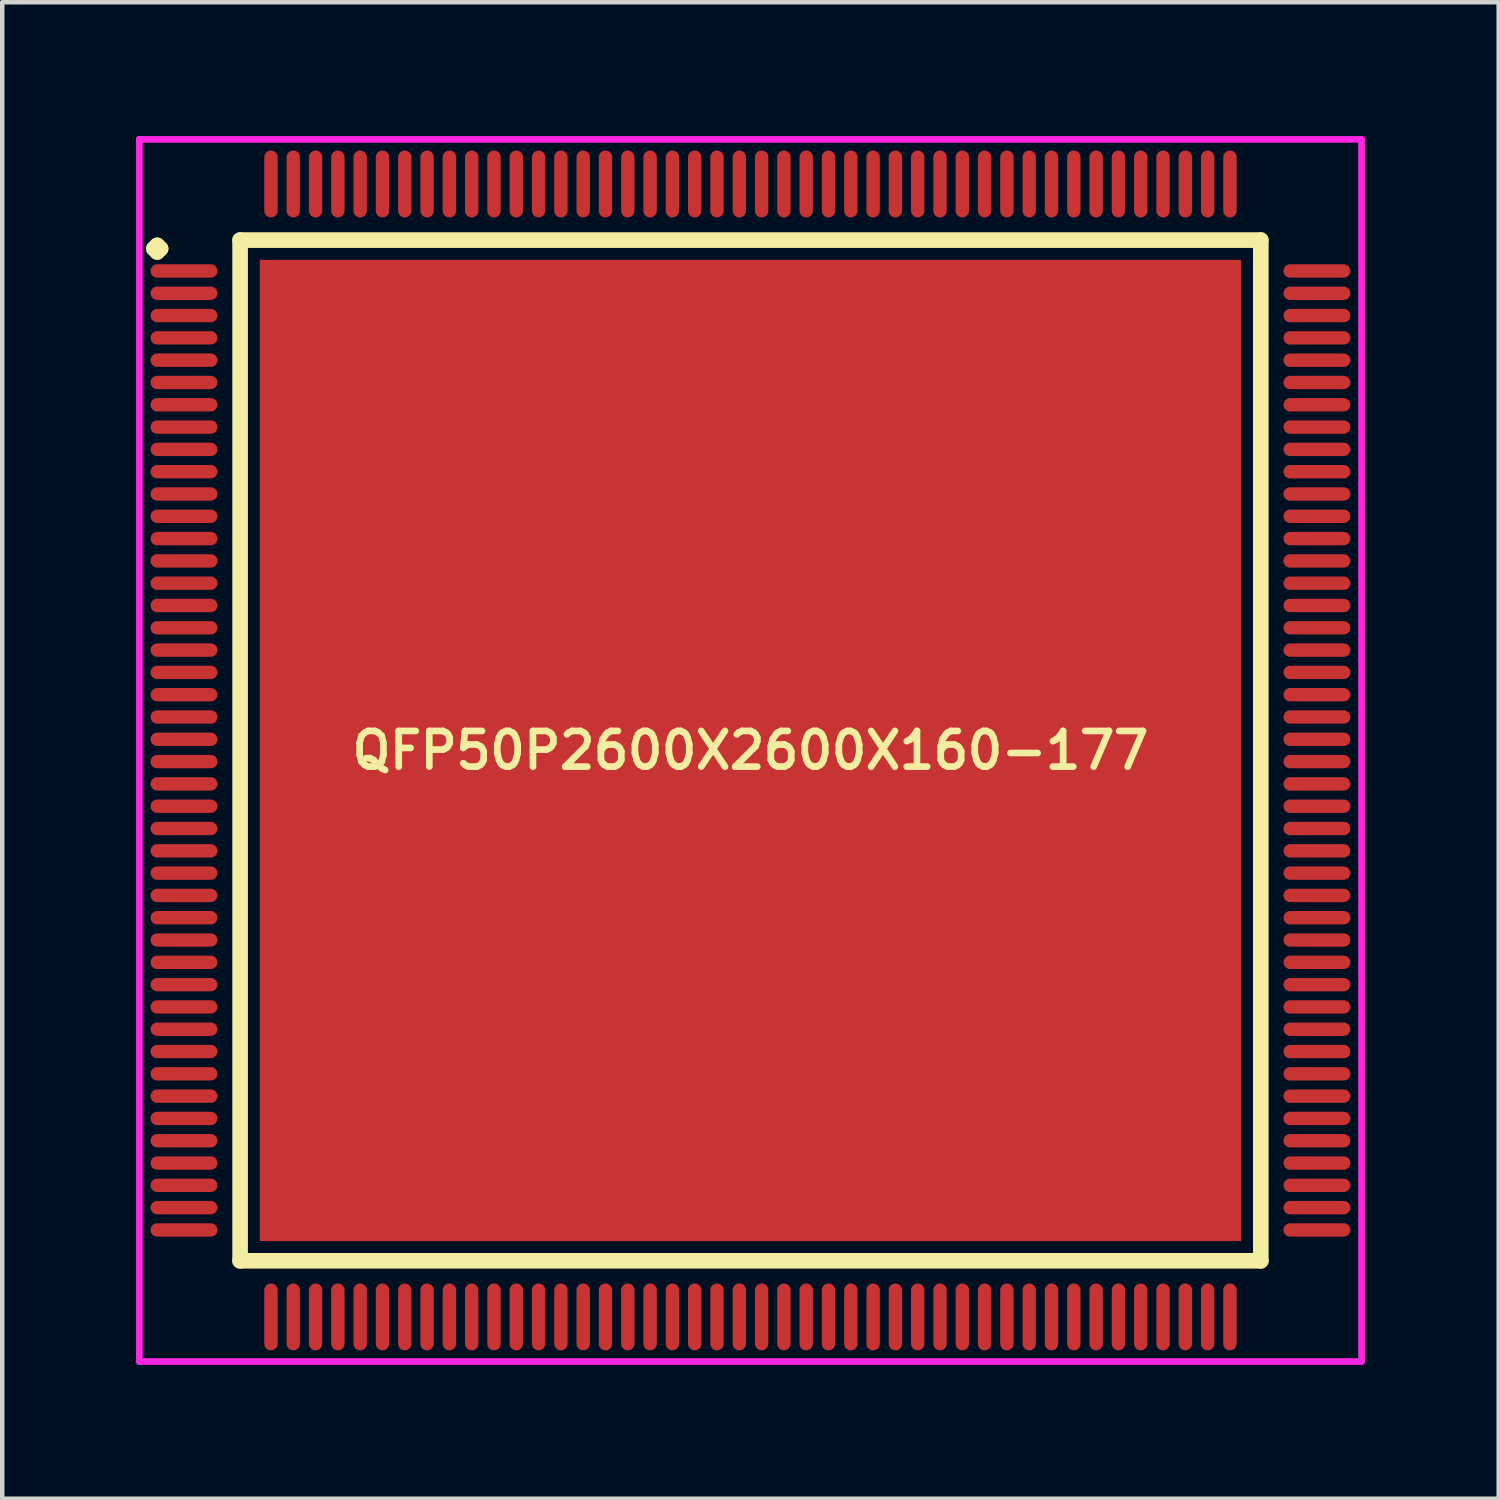
<source format=kicad_pcb>
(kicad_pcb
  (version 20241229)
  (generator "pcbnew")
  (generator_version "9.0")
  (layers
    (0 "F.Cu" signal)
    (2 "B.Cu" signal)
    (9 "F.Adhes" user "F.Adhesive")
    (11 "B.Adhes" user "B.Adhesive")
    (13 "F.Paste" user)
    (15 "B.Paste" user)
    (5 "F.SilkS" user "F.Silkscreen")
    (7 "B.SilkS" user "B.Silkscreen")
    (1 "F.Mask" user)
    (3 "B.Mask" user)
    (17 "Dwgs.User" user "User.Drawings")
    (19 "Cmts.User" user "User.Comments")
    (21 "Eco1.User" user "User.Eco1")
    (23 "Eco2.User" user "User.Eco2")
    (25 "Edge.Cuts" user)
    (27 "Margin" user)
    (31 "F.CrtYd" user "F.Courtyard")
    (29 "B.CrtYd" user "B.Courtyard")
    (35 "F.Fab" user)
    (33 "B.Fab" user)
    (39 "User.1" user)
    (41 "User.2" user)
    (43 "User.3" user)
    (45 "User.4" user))
  (footprint "QFP50P2600X2600X160-177"
    (layer "F.Cu")
    (at 13.775 13.775)
    (property "Reference" "QFP50P2600X2600X160-177" (at 0 0 0) (layer "F.SilkS") (effects (font (size 0.8 0.8) (thickness 0.15))))
    (attr smd)
    (fp_line (start -13.375 -11.25) (end -13.3 -11.325) (stroke (width 0.35) (type solid)) (layer "F.SilkS"))
    (fp_line (start -13.3 -11.325) (end -13.225 -11.25) (stroke (width 0.35) (type solid)) (layer "F.SilkS"))
    (fp_line (start -13.3 -11.175) (end -13.375 -11.25) (stroke (width 0.35) (type solid)) (layer "F.SilkS"))
    (fp_line (start -13.225 -11.25) (end -13.3 -11.175) (stroke (width 0.35) (type solid)) (layer "F.SilkS"))
    (fp_line (start -11.442 -11.442) (end -11.442 11.442) (stroke (width 0.35) (type solid)) (layer "F.SilkS"))
    (fp_line (start -11.442 11.442) (end 11.442 11.442) (stroke (width 0.35) (type solid)) (layer "F.SilkS"))
    (fp_line (start 11.442 -11.442) (end -11.442 -11.442) (stroke (width 0.35) (type solid)) (layer "F.SilkS"))
    (fp_line (start 11.442 11.442) (end 11.442 -11.442) (stroke (width 0.35) (type solid)) (layer "F.SilkS"))
    (fp_line (start -13.7 -13.7) (end 13.7 -13.7) (stroke (width 0.15) (type solid)) (layer "F.CrtYd"))
    (fp_line (start -13.7 13.7) (end -13.7 -13.7) (stroke (width 0.15) (type solid)) (layer "F.CrtYd"))
    (fp_line (start 13.7 -13.7) (end 13.7 13.7) (stroke (width 0.15) (type solid)) (layer "F.CrtYd"))
    (fp_line (start 13.7 13.7) (end -13.7 13.7) (stroke (width 0.15) (type solid)) (layer "F.CrtYd"))
    (pad "1" smd oval (at -12.7 -10.75) (size 1.5 0.3) (layers "F.Cu" "F.Mask" "F.Paste"))
    (pad "2" smd oval (at -12.7 -10.25) (size 1.5 0.3) (layers "F.Cu" "F.Mask" "F.Paste"))
    (pad "3" smd oval (at -12.7 -9.75) (size 1.5 0.3) (layers "F.Cu" "F.Mask" "F.Paste"))
    (pad "4" smd oval (at -12.7 -9.25) (size 1.5 0.3) (layers "F.Cu" "F.Mask" "F.Paste"))
    (pad "5" smd oval (at -12.7 -8.75) (size 1.5 0.3) (layers "F.Cu" "F.Mask" "F.Paste"))
    (pad "6" smd oval (at -12.7 -8.25) (size 1.5 0.3) (layers "F.Cu" "F.Mask" "F.Paste"))
    (pad "7" smd oval (at -12.7 -7.75) (size 1.5 0.3) (layers "F.Cu" "F.Mask" "F.Paste"))
    (pad "8" smd oval (at -12.7 -7.25) (size 1.5 0.3) (layers "F.Cu" "F.Mask" "F.Paste"))
    (pad "9" smd oval (at -12.7 -6.75) (size 1.5 0.3) (layers "F.Cu" "F.Mask" "F.Paste"))
    (pad "10" smd oval (at -12.7 -6.25) (size 1.5 0.3) (layers "F.Cu" "F.Mask" "F.Paste"))
    (pad "11" smd oval (at -12.7 -5.75) (size 1.5 0.3) (layers "F.Cu" "F.Mask" "F.Paste"))
    (pad "12" smd oval (at -12.7 -5.25) (size 1.5 0.3) (layers "F.Cu" "F.Mask" "F.Paste"))
    (pad "13" smd oval (at -12.7 -4.75) (size 1.5 0.3) (layers "F.Cu" "F.Mask" "F.Paste"))
    (pad "14" smd oval (at -12.7 -4.25) (size 1.5 0.3) (layers "F.Cu" "F.Mask" "F.Paste"))
    (pad "15" smd oval (at -12.7 -3.75) (size 1.5 0.3) (layers "F.Cu" "F.Mask" "F.Paste"))
    (pad "16" smd oval (at -12.7 -3.25) (size 1.5 0.3) (layers "F.Cu" "F.Mask" "F.Paste"))
    (pad "17" smd oval (at -12.7 -2.75) (size 1.5 0.3) (layers "F.Cu" "F.Mask" "F.Paste"))
    (pad "18" smd oval (at -12.7 -2.25) (size 1.5 0.3) (layers "F.Cu" "F.Mask" "F.Paste"))
    (pad "19" smd oval (at -12.7 -1.75) (size 1.5 0.3) (layers "F.Cu" "F.Mask" "F.Paste"))
    (pad "20" smd oval (at -12.7 -1.25) (size 1.5 0.3) (layers "F.Cu" "F.Mask" "F.Paste"))
    (pad "21" smd oval (at -12.7 -0.75) (size 1.5 0.3) (layers "F.Cu" "F.Mask" "F.Paste"))
    (pad "22" smd oval (at -12.7 -0.25) (size 1.5 0.3) (layers "F.Cu" "F.Mask" "F.Paste"))
    (pad "23" smd oval (at -12.7 0.25) (size 1.5 0.3) (layers "F.Cu" "F.Mask" "F.Paste"))
    (pad "24" smd oval (at -12.7 0.75) (size 1.5 0.3) (layers "F.Cu" "F.Mask" "F.Paste"))
    (pad "25" smd oval (at -12.7 1.25) (size 1.5 0.3) (layers "F.Cu" "F.Mask" "F.Paste"))
    (pad "26" smd oval (at -12.7 1.75) (size 1.5 0.3) (layers "F.Cu" "F.Mask" "F.Paste"))
    (pad "27" smd oval (at -12.7 2.25) (size 1.5 0.3) (layers "F.Cu" "F.Mask" "F.Paste"))
    (pad "28" smd oval (at -12.7 2.75) (size 1.5 0.3) (layers "F.Cu" "F.Mask" "F.Paste"))
    (pad "29" smd oval (at -12.7 3.25) (size 1.5 0.3) (layers "F.Cu" "F.Mask" "F.Paste"))
    (pad "30" smd oval (at -12.7 3.75) (size 1.5 0.3) (layers "F.Cu" "F.Mask" "F.Paste"))
    (pad "31" smd oval (at -12.7 4.25) (size 1.5 0.3) (layers "F.Cu" "F.Mask" "F.Paste"))
    (pad "32" smd oval (at -12.7 4.75) (size 1.5 0.3) (layers "F.Cu" "F.Mask" "F.Paste"))
    (pad "33" smd oval (at -12.7 5.25) (size 1.5 0.3) (layers "F.Cu" "F.Mask" "F.Paste"))
    (pad "34" smd oval (at -12.7 5.75) (size 1.5 0.3) (layers "F.Cu" "F.Mask" "F.Paste"))
    (pad "35" smd oval (at -12.7 6.25) (size 1.5 0.3) (layers "F.Cu" "F.Mask" "F.Paste"))
    (pad "36" smd oval (at -12.7 6.75) (size 1.5 0.3) (layers "F.Cu" "F.Mask" "F.Paste"))
    (pad "37" smd oval (at -12.7 7.25) (size 1.5 0.3) (layers "F.Cu" "F.Mask" "F.Paste"))
    (pad "38" smd oval (at -12.7 7.75) (size 1.5 0.3) (layers "F.Cu" "F.Mask" "F.Paste"))
    (pad "39" smd oval (at -12.7 8.25) (size 1.5 0.3) (layers "F.Cu" "F.Mask" "F.Paste"))
    (pad "40" smd oval (at -12.7 8.75) (size 1.5 0.3) (layers "F.Cu" "F.Mask" "F.Paste"))
    (pad "41" smd oval (at -12.7 9.25) (size 1.5 0.3) (layers "F.Cu" "F.Mask" "F.Paste"))
    (pad "42" smd oval (at -12.7 9.75) (size 1.5 0.3) (layers "F.Cu" "F.Mask" "F.Paste"))
    (pad "43" smd oval (at -12.7 10.25) (size 1.5 0.3) (layers "F.Cu" "F.Mask" "F.Paste"))
    (pad "44" smd oval (at -12.7 10.75) (size 1.5 0.3) (layers "F.Cu" "F.Mask" "F.Paste"))
    (pad "45" smd oval (at -10.75 12.7) (size 0.3 1.5) (layers "F.Cu" "F.Mask" "F.Paste"))
    (pad "46" smd oval (at -10.25 12.7) (size 0.3 1.5) (layers "F.Cu" "F.Mask" "F.Paste"))
    (pad "47" smd oval (at -9.75 12.7) (size 0.3 1.5) (layers "F.Cu" "F.Mask" "F.Paste"))
    (pad "48" smd oval (at -9.25 12.7) (size 0.3 1.5) (layers "F.Cu" "F.Mask" "F.Paste"))
    (pad "49" smd oval (at -8.75 12.7) (size 0.3 1.5) (layers "F.Cu" "F.Mask" "F.Paste"))
    (pad "50" smd oval (at -8.25 12.7) (size 0.3 1.5) (layers "F.Cu" "F.Mask" "F.Paste"))
    (pad "51" smd oval (at -7.75 12.7) (size 0.3 1.5) (layers "F.Cu" "F.Mask" "F.Paste"))
    (pad "52" smd oval (at -7.25 12.7) (size 0.3 1.5) (layers "F.Cu" "F.Mask" "F.Paste"))
    (pad "53" smd oval (at -6.75 12.7) (size 0.3 1.5) (layers "F.Cu" "F.Mask" "F.Paste"))
    (pad "54" smd oval (at -6.25 12.7) (size 0.3 1.5) (layers "F.Cu" "F.Mask" "F.Paste"))
    (pad "55" smd oval (at -5.75 12.7) (size 0.3 1.5) (layers "F.Cu" "F.Mask" "F.Paste"))
    (pad "56" smd oval (at -5.25 12.7) (size 0.3 1.5) (layers "F.Cu" "F.Mask" "F.Paste"))
    (pad "57" smd oval (at -4.75 12.7) (size 0.3 1.5) (layers "F.Cu" "F.Mask" "F.Paste"))
    (pad "58" smd oval (at -4.25 12.7) (size 0.3 1.5) (layers "F.Cu" "F.Mask" "F.Paste"))
    (pad "59" smd oval (at -3.75 12.7) (size 0.3 1.5) (layers "F.Cu" "F.Mask" "F.Paste"))
    (pad "60" smd oval (at -3.25 12.7) (size 0.3 1.5) (layers "F.Cu" "F.Mask" "F.Paste"))
    (pad "61" smd oval (at -2.75 12.7) (size 0.3 1.5) (layers "F.Cu" "F.Mask" "F.Paste"))
    (pad "62" smd oval (at -2.25 12.7) (size 0.3 1.5) (layers "F.Cu" "F.Mask" "F.Paste"))
    (pad "63" smd oval (at -1.75 12.7) (size 0.3 1.5) (layers "F.Cu" "F.Mask" "F.Paste"))
    (pad "64" smd oval (at -1.25 12.7) (size 0.3 1.5) (layers "F.Cu" "F.Mask" "F.Paste"))
    (pad "65" smd oval (at -0.75 12.7) (size 0.3 1.5) (layers "F.Cu" "F.Mask" "F.Paste"))
    (pad "66" smd oval (at -0.25 12.7) (size 0.3 1.5) (layers "F.Cu" "F.Mask" "F.Paste"))
    (pad "67" smd oval (at 0.25 12.7) (size 0.3 1.5) (layers "F.Cu" "F.Mask" "F.Paste"))
    (pad "68" smd oval (at 0.75 12.7) (size 0.3 1.5) (layers "F.Cu" "F.Mask" "F.Paste"))
    (pad "69" smd oval (at 1.25 12.7) (size 0.3 1.5) (layers "F.Cu" "F.Mask" "F.Paste"))
    (pad "70" smd oval (at 1.75 12.7) (size 0.3 1.5) (layers "F.Cu" "F.Mask" "F.Paste"))
    (pad "71" smd oval (at 2.25 12.7) (size 0.3 1.5) (layers "F.Cu" "F.Mask" "F.Paste"))
    (pad "72" smd oval (at 2.75 12.7) (size 0.3 1.5) (layers "F.Cu" "F.Mask" "F.Paste"))
    (pad "73" smd oval (at 3.25 12.7) (size 0.3 1.5) (layers "F.Cu" "F.Mask" "F.Paste"))
    (pad "74" smd oval (at 3.75 12.7) (size 0.3 1.5) (layers "F.Cu" "F.Mask" "F.Paste"))
    (pad "75" smd oval (at 4.25 12.7) (size 0.3 1.5) (layers "F.Cu" "F.Mask" "F.Paste"))
    (pad "76" smd oval (at 4.75 12.7) (size 0.3 1.5) (layers "F.Cu" "F.Mask" "F.Paste"))
    (pad "77" smd oval (at 5.25 12.7) (size 0.3 1.5) (layers "F.Cu" "F.Mask" "F.Paste"))
    (pad "78" smd oval (at 5.75 12.7) (size 0.3 1.5) (layers "F.Cu" "F.Mask" "F.Paste"))
    (pad "79" smd oval (at 6.25 12.7) (size 0.3 1.5) (layers "F.Cu" "F.Mask" "F.Paste"))
    (pad "80" smd oval (at 6.75 12.7) (size 0.3 1.5) (layers "F.Cu" "F.Mask" "F.Paste"))
    (pad "81" smd oval (at 7.25 12.7) (size 0.3 1.5) (layers "F.Cu" "F.Mask" "F.Paste"))
    (pad "82" smd oval (at 7.75 12.7) (size 0.3 1.5) (layers "F.Cu" "F.Mask" "F.Paste"))
    (pad "83" smd oval (at 8.25 12.7) (size 0.3 1.5) (layers "F.Cu" "F.Mask" "F.Paste"))
    (pad "84" smd oval (at 8.75 12.7) (size 0.3 1.5) (layers "F.Cu" "F.Mask" "F.Paste"))
    (pad "85" smd oval (at 9.25 12.7) (size 0.3 1.5) (layers "F.Cu" "F.Mask" "F.Paste"))
    (pad "86" smd oval (at 9.75 12.7) (size 0.3 1.5) (layers "F.Cu" "F.Mask" "F.Paste"))
    (pad "87" smd oval (at 10.25 12.7) (size 0.3 1.5) (layers "F.Cu" "F.Mask" "F.Paste"))
    (pad "88" smd oval (at 10.75 12.7) (size 0.3 1.5) (layers "F.Cu" "F.Mask" "F.Paste"))
    (pad "89" smd oval (at 12.7 10.75) (size 1.5 0.3) (layers "F.Cu" "F.Mask" "F.Paste"))
    (pad "90" smd oval (at 12.7 10.25) (size 1.5 0.3) (layers "F.Cu" "F.Mask" "F.Paste"))
    (pad "91" smd oval (at 12.7 9.75) (size 1.5 0.3) (layers "F.Cu" "F.Mask" "F.Paste"))
    (pad "92" smd oval (at 12.7 9.25) (size 1.5 0.3) (layers "F.Cu" "F.Mask" "F.Paste"))
    (pad "93" smd oval (at 12.7 8.75) (size 1.5 0.3) (layers "F.Cu" "F.Mask" "F.Paste"))
    (pad "94" smd oval (at 12.7 8.25) (size 1.5 0.3) (layers "F.Cu" "F.Mask" "F.Paste"))
    (pad "95" smd oval (at 12.7 7.75) (size 1.5 0.3) (layers "F.Cu" "F.Mask" "F.Paste"))
    (pad "96" smd oval (at 12.7 7.25) (size 1.5 0.3) (layers "F.Cu" "F.Mask" "F.Paste"))
    (pad "97" smd oval (at 12.7 6.75) (size 1.5 0.3) (layers "F.Cu" "F.Mask" "F.Paste"))
    (pad "98" smd oval (at 12.7 6.25) (size 1.5 0.3) (layers "F.Cu" "F.Mask" "F.Paste"))
    (pad "99" smd oval (at 12.7 5.75) (size 1.5 0.3) (layers "F.Cu" "F.Mask" "F.Paste"))
    (pad "100" smd oval (at 12.7 5.25) (size 1.5 0.3) (layers "F.Cu" "F.Mask" "F.Paste"))
    (pad "101" smd oval (at 12.7 4.75) (size 1.5 0.3) (layers "F.Cu" "F.Mask" "F.Paste"))
    (pad "102" smd oval (at 12.7 4.25) (size 1.5 0.3) (layers "F.Cu" "F.Mask" "F.Paste"))
    (pad "103" smd oval (at 12.7 3.75) (size 1.5 0.3) (layers "F.Cu" "F.Mask" "F.Paste"))
    (pad "104" smd oval (at 12.7 3.25) (size 1.5 0.3) (layers "F.Cu" "F.Mask" "F.Paste"))
    (pad "105" smd oval (at 12.7 2.75) (size 1.5 0.3) (layers "F.Cu" "F.Mask" "F.Paste"))
    (pad "106" smd oval (at 12.7 2.25) (size 1.5 0.3) (layers "F.Cu" "F.Mask" "F.Paste"))
    (pad "107" smd oval (at 12.7 1.75) (size 1.5 0.3) (layers "F.Cu" "F.Mask" "F.Paste"))
    (pad "108" smd oval (at 12.7 1.25) (size 1.5 0.3) (layers "F.Cu" "F.Mask" "F.Paste"))
    (pad "109" smd oval (at 12.7 0.75) (size 1.5 0.3) (layers "F.Cu" "F.Mask" "F.Paste"))
    (pad "110" smd oval (at 12.7 0.25) (size 1.5 0.3) (layers "F.Cu" "F.Mask" "F.Paste"))
    (pad "111" smd oval (at 12.7 -0.25) (size 1.5 0.3) (layers "F.Cu" "F.Mask" "F.Paste"))
    (pad "112" smd oval (at 12.7 -0.75) (size 1.5 0.3) (layers "F.Cu" "F.Mask" "F.Paste"))
    (pad "113" smd oval (at 12.7 -1.25) (size 1.5 0.3) (layers "F.Cu" "F.Mask" "F.Paste"))
    (pad "114" smd oval (at 12.7 -1.75) (size 1.5 0.3) (layers "F.Cu" "F.Mask" "F.Paste"))
    (pad "115" smd oval (at 12.7 -2.25) (size 1.5 0.3) (layers "F.Cu" "F.Mask" "F.Paste"))
    (pad "116" smd oval (at 12.7 -2.75) (size 1.5 0.3) (layers "F.Cu" "F.Mask" "F.Paste"))
    (pad "117" smd oval (at 12.7 -3.25) (size 1.5 0.3) (layers "F.Cu" "F.Mask" "F.Paste"))
    (pad "118" smd oval (at 12.7 -3.75) (size 1.5 0.3) (layers "F.Cu" "F.Mask" "F.Paste"))
    (pad "119" smd oval (at 12.7 -4.25) (size 1.5 0.3) (layers "F.Cu" "F.Mask" "F.Paste"))
    (pad "120" smd oval (at 12.7 -4.75) (size 1.5 0.3) (layers "F.Cu" "F.Mask" "F.Paste"))
    (pad "121" smd oval (at 12.7 -5.25) (size 1.5 0.3) (layers "F.Cu" "F.Mask" "F.Paste"))
    (pad "122" smd oval (at 12.7 -5.75) (size 1.5 0.3) (layers "F.Cu" "F.Mask" "F.Paste"))
    (pad "123" smd oval (at 12.7 -6.25) (size 1.5 0.3) (layers "F.Cu" "F.Mask" "F.Paste"))
    (pad "124" smd oval (at 12.7 -6.75) (size 1.5 0.3) (layers "F.Cu" "F.Mask" "F.Paste"))
    (pad "125" smd oval (at 12.7 -7.25) (size 1.5 0.3) (layers "F.Cu" "F.Mask" "F.Paste"))
    (pad "126" smd oval (at 12.7 -7.75) (size 1.5 0.3) (layers "F.Cu" "F.Mask" "F.Paste"))
    (pad "127" smd oval (at 12.7 -8.25) (size 1.5 0.3) (layers "F.Cu" "F.Mask" "F.Paste"))
    (pad "128" smd oval (at 12.7 -8.75) (size 1.5 0.3) (layers "F.Cu" "F.Mask" "F.Paste"))
    (pad "129" smd oval (at 12.7 -9.25) (size 1.5 0.3) (layers "F.Cu" "F.Mask" "F.Paste"))
    (pad "130" smd oval (at 12.7 -9.75) (size 1.5 0.3) (layers "F.Cu" "F.Mask" "F.Paste"))
    (pad "131" smd oval (at 12.7 -10.25) (size 1.5 0.3) (layers "F.Cu" "F.Mask" "F.Paste"))
    (pad "132" smd oval (at 12.7 -10.75) (size 1.5 0.3) (layers "F.Cu" "F.Mask" "F.Paste"))
    (pad "133" smd oval (at 10.75 -12.7) (size 0.3 1.5) (layers "F.Cu" "F.Mask" "F.Paste"))
    (pad "134" smd oval (at 10.25 -12.7) (size 0.3 1.5) (layers "F.Cu" "F.Mask" "F.Paste"))
    (pad "135" smd oval (at 9.75 -12.7) (size 0.3 1.5) (layers "F.Cu" "F.Mask" "F.Paste"))
    (pad "136" smd oval (at 9.25 -12.7) (size 0.3 1.5) (layers "F.Cu" "F.Mask" "F.Paste"))
    (pad "137" smd oval (at 8.75 -12.7) (size 0.3 1.5) (layers "F.Cu" "F.Mask" "F.Paste"))
    (pad "138" smd oval (at 8.25 -12.7) (size 0.3 1.5) (layers "F.Cu" "F.Mask" "F.Paste"))
    (pad "139" smd oval (at 7.75 -12.7) (size 0.3 1.5) (layers "F.Cu" "F.Mask" "F.Paste"))
    (pad "140" smd oval (at 7.25 -12.7) (size 0.3 1.5) (layers "F.Cu" "F.Mask" "F.Paste"))
    (pad "141" smd oval (at 6.75 -12.7) (size 0.3 1.5) (layers "F.Cu" "F.Mask" "F.Paste"))
    (pad "142" smd oval (at 6.25 -12.7) (size 0.3 1.5) (layers "F.Cu" "F.Mask" "F.Paste"))
    (pad "143" smd oval (at 5.75 -12.7) (size 0.3 1.5) (layers "F.Cu" "F.Mask" "F.Paste"))
    (pad "144" smd oval (at 5.25 -12.7) (size 0.3 1.5) (layers "F.Cu" "F.Mask" "F.Paste"))
    (pad "145" smd oval (at 4.75 -12.7) (size 0.3 1.5) (layers "F.Cu" "F.Mask" "F.Paste"))
    (pad "146" smd oval (at 4.25 -12.7) (size 0.3 1.5) (layers "F.Cu" "F.Mask" "F.Paste"))
    (pad "147" smd oval (at 3.75 -12.7) (size 0.3 1.5) (layers "F.Cu" "F.Mask" "F.Paste"))
    (pad "148" smd oval (at 3.25 -12.7) (size 0.3 1.5) (layers "F.Cu" "F.Mask" "F.Paste"))
    (pad "149" smd oval (at 2.75 -12.7) (size 0.3 1.5) (layers "F.Cu" "F.Mask" "F.Paste"))
    (pad "150" smd oval (at 2.25 -12.7) (size 0.3 1.5) (layers "F.Cu" "F.Mask" "F.Paste"))
    (pad "151" smd oval (at 1.75 -12.7) (size 0.3 1.5) (layers "F.Cu" "F.Mask" "F.Paste"))
    (pad "152" smd oval (at 1.25 -12.7) (size 0.3 1.5) (layers "F.Cu" "F.Mask" "F.Paste"))
    (pad "153" smd oval (at 0.75 -12.7) (size 0.3 1.5) (layers "F.Cu" "F.Mask" "F.Paste"))
    (pad "154" smd oval (at 0.25 -12.7) (size 0.3 1.5) (layers "F.Cu" "F.Mask" "F.Paste"))
    (pad "155" smd oval (at -0.25 -12.7) (size 0.3 1.5) (layers "F.Cu" "F.Mask" "F.Paste"))
    (pad "156" smd oval (at -0.75 -12.7) (size 0.3 1.5) (layers "F.Cu" "F.Mask" "F.Paste"))
    (pad "157" smd oval (at -1.25 -12.7) (size 0.3 1.5) (layers "F.Cu" "F.Mask" "F.Paste"))
    (pad "158" smd oval (at -1.75 -12.7) (size 0.3 1.5) (layers "F.Cu" "F.Mask" "F.Paste"))
    (pad "159" smd oval (at -2.25 -12.7) (size 0.3 1.5) (layers "F.Cu" "F.Mask" "F.Paste"))
    (pad "160" smd oval (at -2.75 -12.7) (size 0.3 1.5) (layers "F.Cu" "F.Mask" "F.Paste"))
    (pad "161" smd oval (at -3.25 -12.7) (size 0.3 1.5) (layers "F.Cu" "F.Mask" "F.Paste"))
    (pad "162" smd oval (at -3.75 -12.7) (size 0.3 1.5) (layers "F.Cu" "F.Mask" "F.Paste"))
    (pad "163" smd oval (at -4.25 -12.7) (size 0.3 1.5) (layers "F.Cu" "F.Mask" "F.Paste"))
    (pad "164" smd oval (at -4.75 -12.7) (size 0.3 1.5) (layers "F.Cu" "F.Mask" "F.Paste"))
    (pad "165" smd oval (at -5.25 -12.7) (size 0.3 1.5) (layers "F.Cu" "F.Mask" "F.Paste"))
    (pad "166" smd oval (at -5.75 -12.7) (size 0.3 1.5) (layers "F.Cu" "F.Mask" "F.Paste"))
    (pad "167" smd oval (at -6.25 -12.7) (size 0.3 1.5) (layers "F.Cu" "F.Mask" "F.Paste"))
    (pad "168" smd oval (at -6.75 -12.7) (size 0.3 1.5) (layers "F.Cu" "F.Mask" "F.Paste"))
    (pad "169" smd oval (at -7.25 -12.7) (size 0.3 1.5) (layers "F.Cu" "F.Mask" "F.Paste"))
    (pad "170" smd oval (at -7.75 -12.7) (size 0.3 1.5) (layers "F.Cu" "F.Mask" "F.Paste"))
    (pad "171" smd oval (at -8.25 -12.7) (size 0.3 1.5) (layers "F.Cu" "F.Mask" "F.Paste"))
    (pad "172" smd oval (at -8.75 -12.7) (size 0.3 1.5) (layers "F.Cu" "F.Mask" "F.Paste"))
    (pad "173" smd oval (at -9.25 -12.7) (size 0.3 1.5) (layers "F.Cu" "F.Mask" "F.Paste"))
    (pad "174" smd oval (at -9.75 -12.7) (size 0.3 1.5) (layers "F.Cu" "F.Mask" "F.Paste"))
    (pad "175" smd oval (at -10.25 -12.7) (size 0.3 1.5) (layers "F.Cu" "F.Mask" "F.Paste"))
    (pad "176" smd oval (at -10.75 -12.7) (size 0.3 1.5) (layers "F.Cu" "F.Mask" "F.Paste"))
    (pad "177" smd rect (at 0 0) (size 22 22) (layers "F.Cu" "F.Mask" "F.Paste")))
  (gr_rect
    (start -3 -3)
    (end 30.55 30.55)
    (stroke (width 0.1) (type default))
    (fill no)
    (layer "Edge.Cuts")))
</source>
